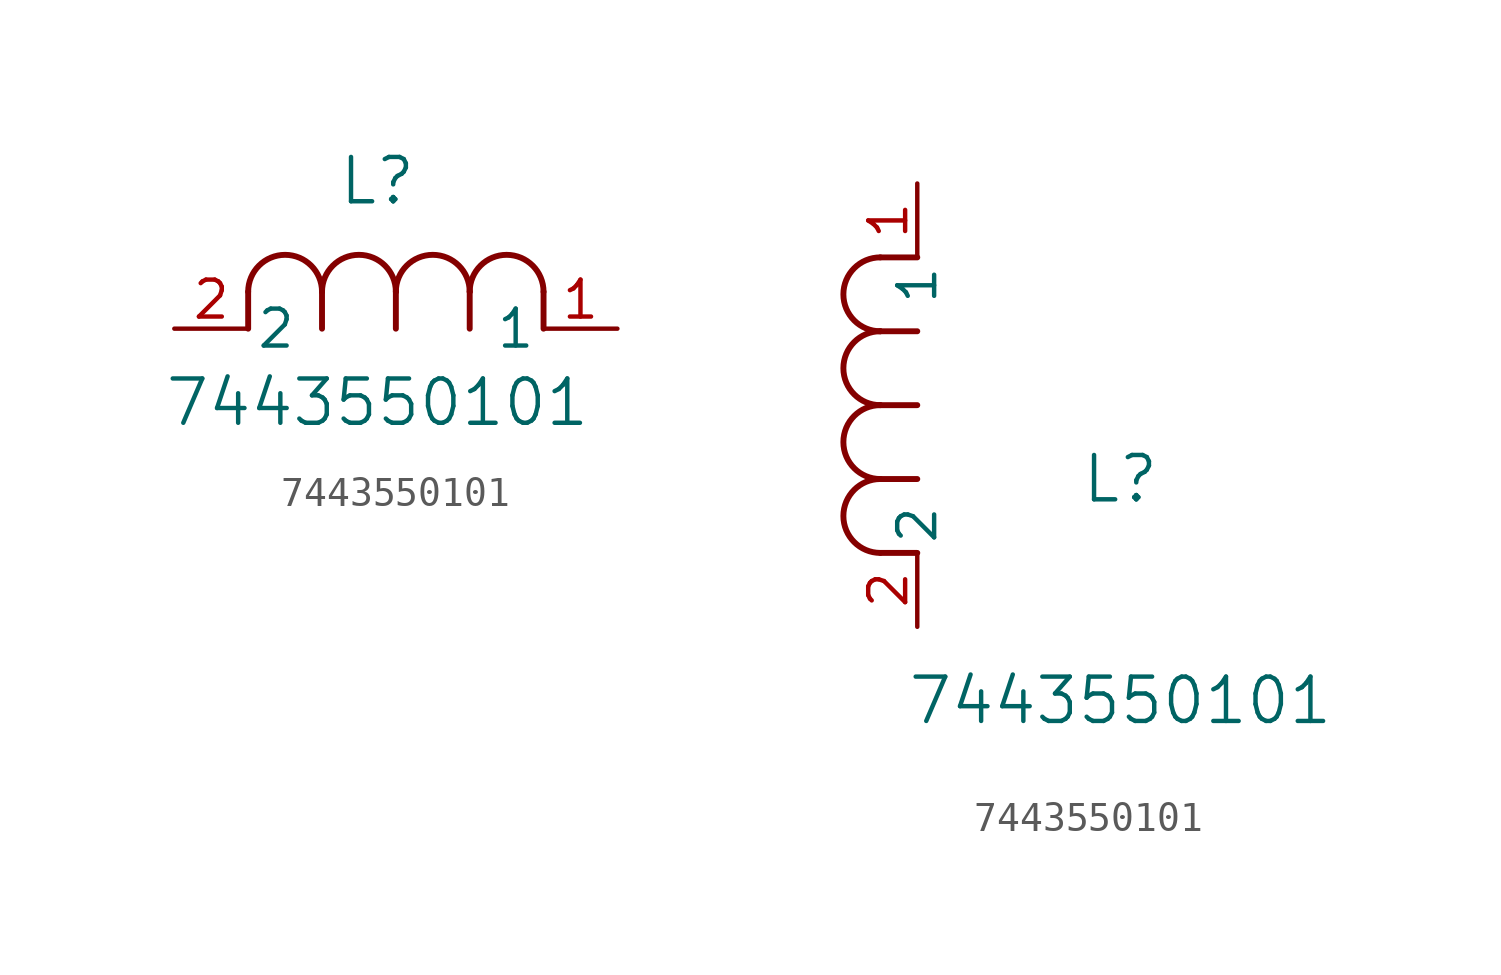
<source format=kicad_sym>
(kicad_symbol_lib
  (version 20220914)
  (generator kicad_symbol_editor)
  (symbol "7443550101"
    (pin_names
      (offset 0.254))
    (property "Reference" "L"
      (at 6.985 5.08 0)
      (effects (font (size 1.524 1.524))))
    (property "Value" "7443550101"
      (at 6.985 -2.54 0)
      (effects (font (size 1.524 1.524))))
    (property "ki_locked" ""
      (at 0 0 0)
      (effects (font (size 1.27 1.27))))
    (symbol "7443550101_1_1"
      (polyline (pts (xy 2.54 0) (xy 2.54 1.27)) (stroke (width 0.203) (type default)) (fill (type none)))
      (polyline (pts (xy 5.08 0) (xy 5.08 1.27)) (stroke (width 0.203) (type default)) (fill (type none)))
      (polyline (pts (xy 7.62 0) (xy 7.62 1.27)) (stroke (width 0.203) (type default)) (fill (type none)))
      (polyline (pts (xy 10.16 0) (xy 10.16 1.27)) (stroke (width 0.203) (type default)) (fill (type none)))
      (polyline (pts (xy 12.7 0) (xy 12.7 1.27)) (stroke (width 0.203) (type default)) (fill (type none)))
      (arc (start 5.08 1.27) (mid 3.81 2.5345) (end 2.54 1.27) (stroke (width 0.2032) (type default)) (fill (type none)))
      (arc (start 7.62 1.27) (mid 6.35 2.5345) (end 5.08 1.27) (stroke (width 0.2032) (type default)) (fill (type none)))
      (arc (start 10.16 1.27) (mid 8.89 2.5345) (end 7.62 1.27) (stroke (width 0.2032) (type default)) (fill (type none)))
      (arc (start 12.7 1.27) (mid 11.43 2.5345) (end 10.16 1.27) (stroke (width 0.2032) (type default)) (fill (type none)))
      (pin unspecified line (at 15.24 0 180) (length 2.54) (name "1" (effects (font (size 1.27 1.27)))) (number "1" (effects (font (size 1.27 1.27)))))
      (pin unspecified line (at 0 0 0) (length 2.54) (name "2" (effects (font (size 1.27 1.27)))) (number "2" (effects (font (size 1.27 1.27))))))
    (symbol "7443550101_1_2"
      (arc (start -1.27 5.08) (mid -2.5345 3.81) (end -1.27 2.54) (stroke (width 0.2032) (type default)) (fill (type none)))
      (arc (start -1.27 7.62) (mid -2.5345 6.35) (end -1.27 5.08) (stroke (width 0.2032) (type default)) (fill (type none)))
      (arc (start -1.27 10.16) (mid -2.5345 8.89) (end -1.27 7.62) (stroke (width 0.2032) (type default)) (fill (type none)))
      (arc (start -1.27 12.7) (mid -2.5345 11.43) (end -1.27 10.16) (stroke (width 0.2032) (type default)) (fill (type none)))
      (polyline (pts (xy 0 2.54) (xy -1.27 2.54)) (stroke (width 0.203) (type default)) (fill (type none)))
      (polyline (pts (xy 0 5.08) (xy -1.27 5.08)) (stroke (width 0.203) (type default)) (fill (type none)))
      (polyline (pts (xy 0 7.62) (xy -1.27 7.62)) (stroke (width 0.203) (type default)) (fill (type none)))
      (polyline (pts (xy 0 10.16) (xy -1.27 10.16)) (stroke (width 0.203) (type default)) (fill (type none)))
      (polyline (pts (xy 0 12.7) (xy -1.27 12.7)) (stroke (width 0.203) (type default)) (fill (type none)))
      (pin unspecified line (at 0 15.24 270) (length 2.54) (name "1" (effects (font (size 1.27 1.27)))) (number "1" (effects (font (size 1.27 1.27)))))
      (pin unspecified line (at 0 0 90) (length 2.54) (name "2" (effects (font (size 1.27 1.27)))) (number "2" (effects (font (size 1.27 1.27))))))))
</source>
